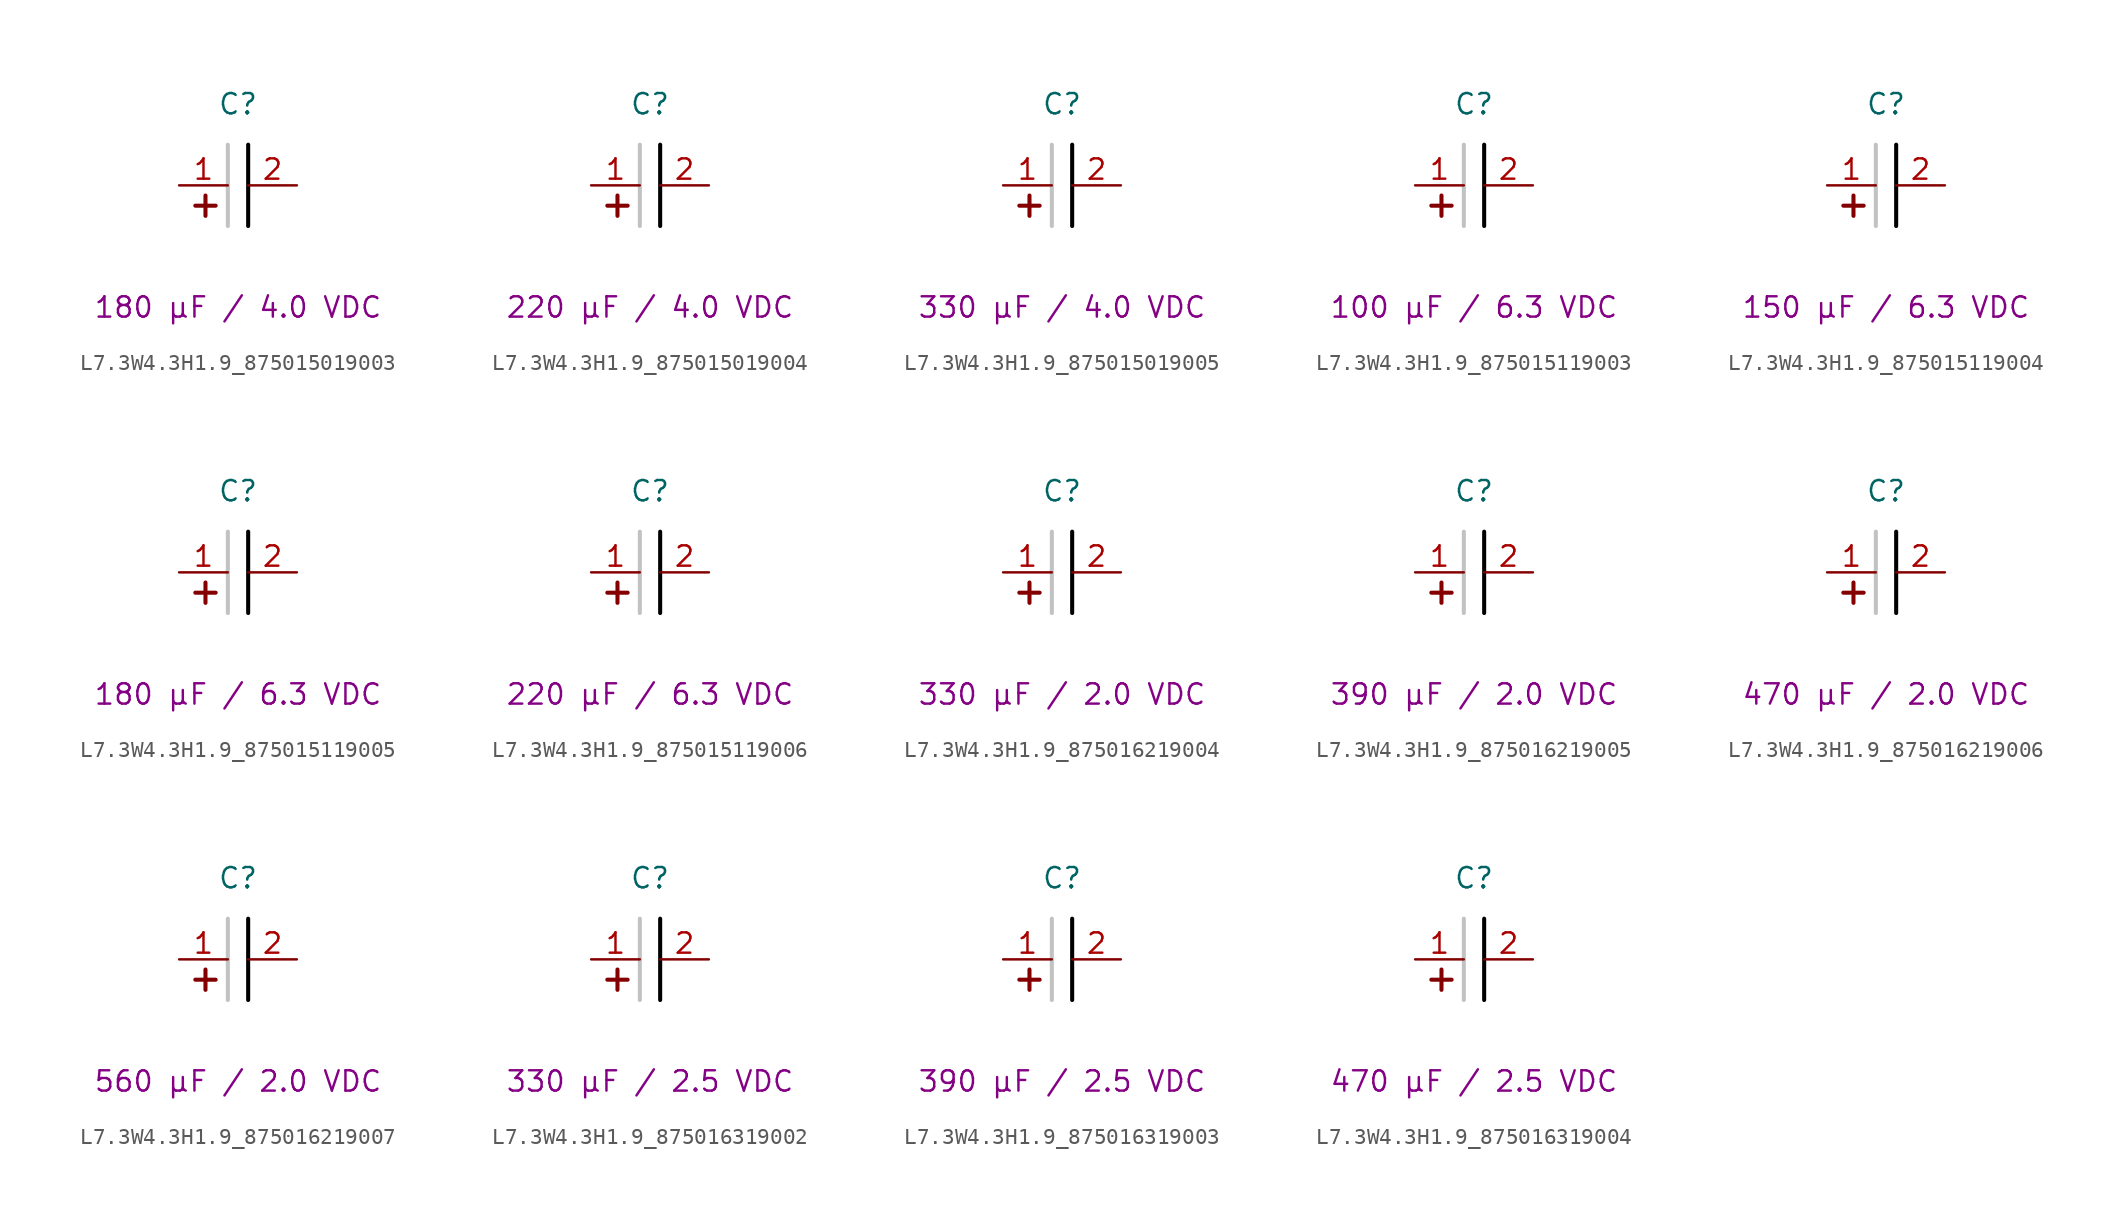
<source format=kicad_sym>
(kicad_symbol_lib
  (version 20220914)
  (generator kicad_symbol_editor)
  (symbol "L7.3W4.3H1.9_875015019003"
    (pin_names hide)
    (property "Reference" "C"
      (at 0 5.08 0)
      (effects (font (size 1.27 1.27))))
    (property "Critical Parameter" "180 µF / 4.0 VDC"
      (at 0 -7.62 0)
      (effects (font (size 1.27 1.27))))
    (symbol "L7.3W4.3H1.9_875015019003_1_1"
      (polyline (pts (xy -2.667 -1.27) (xy -1.397 -1.27)) (stroke (width 0.254) (type default)) (fill (type none)))
      (polyline (pts (xy -2.032 -0.635) (xy -2.032 -1.905)) (stroke (width 0.254) (type default)) (fill (type none)))
      (polyline (pts (xy -0.635 2.54) (xy -0.635 -2.54)) (stroke (width 0.254) (type default) (color 194 194 194 1)) (fill (type none)))
      (polyline (pts (xy 0.635 2.54) (xy 0.635 -2.54)) (stroke (width 0.254) (type default) (color 0 0 0 1)) (fill (type none)))
      (pin passive line (at -3.679 0 0) (length 3.044) (name "1" (effects (font (size 1.27 1.27)))) (number "1" (effects (font (size 1.27 1.27)))))
      (pin passive line (at 3.679 0 180) (length 3.044) (name "2" (effects (font (size 1.27 1.27)))) (number "2" (effects (font (size 1.27 1.27)))))))
  (symbol "L7.3W4.3H1.9_875015019004"
    (pin_names hide)
    (property "Reference" "C"
      (at 0 5.08 0)
      (effects (font (size 1.27 1.27))))
    (property "Critical Parameter" "220 µF / 4.0 VDC"
      (at 0 -7.62 0)
      (effects (font (size 1.27 1.27))))
    (symbol "L7.3W4.3H1.9_875015019004_1_1"
      (polyline (pts (xy -2.667 -1.27) (xy -1.397 -1.27)) (stroke (width 0.254) (type default)) (fill (type none)))
      (polyline (pts (xy -2.032 -0.635) (xy -2.032 -1.905)) (stroke (width 0.254) (type default)) (fill (type none)))
      (polyline (pts (xy -0.635 2.54) (xy -0.635 -2.54)) (stroke (width 0.254) (type default) (color 194 194 194 1)) (fill (type none)))
      (polyline (pts (xy 0.635 2.54) (xy 0.635 -2.54)) (stroke (width 0.254) (type default) (color 0 0 0 1)) (fill (type none)))
      (pin passive line (at -3.679 0 0) (length 3.044) (name "1" (effects (font (size 1.27 1.27)))) (number "1" (effects (font (size 1.27 1.27)))))
      (pin passive line (at 3.679 0 180) (length 3.044) (name "2" (effects (font (size 1.27 1.27)))) (number "2" (effects (font (size 1.27 1.27)))))))
  (symbol "L7.3W4.3H1.9_875015019005"
    (pin_names hide)
    (property "Reference" "C"
      (at 0 5.08 0)
      (effects (font (size 1.27 1.27))))
    (property "Critical Parameter" "330 µF / 4.0 VDC"
      (at 0 -7.62 0)
      (effects (font (size 1.27 1.27))))
    (symbol "L7.3W4.3H1.9_875015019005_1_1"
      (polyline (pts (xy -2.667 -1.27) (xy -1.397 -1.27)) (stroke (width 0.254) (type default)) (fill (type none)))
      (polyline (pts (xy -2.032 -0.635) (xy -2.032 -1.905)) (stroke (width 0.254) (type default)) (fill (type none)))
      (polyline (pts (xy -0.635 2.54) (xy -0.635 -2.54)) (stroke (width 0.254) (type default) (color 194 194 194 1)) (fill (type none)))
      (polyline (pts (xy 0.635 2.54) (xy 0.635 -2.54)) (stroke (width 0.254) (type default) (color 0 0 0 1)) (fill (type none)))
      (pin passive line (at -3.679 0 0) (length 3.044) (name "1" (effects (font (size 1.27 1.27)))) (number "1" (effects (font (size 1.27 1.27)))))
      (pin passive line (at 3.679 0 180) (length 3.044) (name "2" (effects (font (size 1.27 1.27)))) (number "2" (effects (font (size 1.27 1.27)))))))
  (symbol "L7.3W4.3H1.9_875015119003"
    (pin_names hide)
    (property "Reference" "C"
      (at 0 5.08 0)
      (effects (font (size 1.27 1.27))))
    (property "Critical Parameter" "100 µF / 6.3 VDC"
      (at 0 -7.62 0)
      (effects (font (size 1.27 1.27))))
    (symbol "L7.3W4.3H1.9_875015119003_1_1"
      (polyline (pts (xy -2.667 -1.27) (xy -1.397 -1.27)) (stroke (width 0.254) (type default)) (fill (type none)))
      (polyline (pts (xy -2.032 -0.635) (xy -2.032 -1.905)) (stroke (width 0.254) (type default)) (fill (type none)))
      (polyline (pts (xy -0.635 2.54) (xy -0.635 -2.54)) (stroke (width 0.254) (type default) (color 194 194 194 1)) (fill (type none)))
      (polyline (pts (xy 0.635 2.54) (xy 0.635 -2.54)) (stroke (width 0.254) (type default) (color 0 0 0 1)) (fill (type none)))
      (pin passive line (at -3.679 0 0) (length 3.044) (name "1" (effects (font (size 1.27 1.27)))) (number "1" (effects (font (size 1.27 1.27)))))
      (pin passive line (at 3.679 0 180) (length 3.044) (name "2" (effects (font (size 1.27 1.27)))) (number "2" (effects (font (size 1.27 1.27)))))))
  (symbol "L7.3W4.3H1.9_875015119004"
    (pin_names hide)
    (property "Reference" "C"
      (at 0 5.08 0)
      (effects (font (size 1.27 1.27))))
    (property "Critical Parameter" "150 µF / 6.3 VDC"
      (at 0 -7.62 0)
      (effects (font (size 1.27 1.27))))
    (symbol "L7.3W4.3H1.9_875015119004_1_1"
      (polyline (pts (xy -2.667 -1.27) (xy -1.397 -1.27)) (stroke (width 0.254) (type default)) (fill (type none)))
      (polyline (pts (xy -2.032 -0.635) (xy -2.032 -1.905)) (stroke (width 0.254) (type default)) (fill (type none)))
      (polyline (pts (xy -0.635 2.54) (xy -0.635 -2.54)) (stroke (width 0.254) (type default) (color 194 194 194 1)) (fill (type none)))
      (polyline (pts (xy 0.635 2.54) (xy 0.635 -2.54)) (stroke (width 0.254) (type default) (color 0 0 0 1)) (fill (type none)))
      (pin passive line (at -3.679 0 0) (length 3.044) (name "1" (effects (font (size 1.27 1.27)))) (number "1" (effects (font (size 1.27 1.27)))))
      (pin passive line (at 3.679 0 180) (length 3.044) (name "2" (effects (font (size 1.27 1.27)))) (number "2" (effects (font (size 1.27 1.27)))))))
  (symbol "L7.3W4.3H1.9_875015119005"
    (pin_names hide)
    (property "Reference" "C"
      (at 0 5.08 0)
      (effects (font (size 1.27 1.27))))
    (property "Critical Parameter" "180 µF / 6.3 VDC"
      (at 0 -7.62 0)
      (effects (font (size 1.27 1.27))))
    (symbol "L7.3W4.3H1.9_875015119005_1_1"
      (polyline (pts (xy -2.667 -1.27) (xy -1.397 -1.27)) (stroke (width 0.254) (type default)) (fill (type none)))
      (polyline (pts (xy -2.032 -0.635) (xy -2.032 -1.905)) (stroke (width 0.254) (type default)) (fill (type none)))
      (polyline (pts (xy -0.635 2.54) (xy -0.635 -2.54)) (stroke (width 0.254) (type default) (color 194 194 194 1)) (fill (type none)))
      (polyline (pts (xy 0.635 2.54) (xy 0.635 -2.54)) (stroke (width 0.254) (type default) (color 0 0 0 1)) (fill (type none)))
      (pin passive line (at -3.679 0 0) (length 3.044) (name "1" (effects (font (size 1.27 1.27)))) (number "1" (effects (font (size 1.27 1.27)))))
      (pin passive line (at 3.679 0 180) (length 3.044) (name "2" (effects (font (size 1.27 1.27)))) (number "2" (effects (font (size 1.27 1.27)))))))
  (symbol "L7.3W4.3H1.9_875015119006"
    (pin_names hide)
    (property "Reference" "C"
      (at 0 5.08 0)
      (effects (font (size 1.27 1.27))))
    (property "Critical Parameter" "220 µF / 6.3 VDC"
      (at 0 -7.62 0)
      (effects (font (size 1.27 1.27))))
    (symbol "L7.3W4.3H1.9_875015119006_1_1"
      (polyline (pts (xy -2.667 -1.27) (xy -1.397 -1.27)) (stroke (width 0.254) (type default)) (fill (type none)))
      (polyline (pts (xy -2.032 -0.635) (xy -2.032 -1.905)) (stroke (width 0.254) (type default)) (fill (type none)))
      (polyline (pts (xy -0.635 2.54) (xy -0.635 -2.54)) (stroke (width 0.254) (type default) (color 194 194 194 1)) (fill (type none)))
      (polyline (pts (xy 0.635 2.54) (xy 0.635 -2.54)) (stroke (width 0.254) (type default) (color 0 0 0 1)) (fill (type none)))
      (pin passive line (at -3.679 0 0) (length 3.044) (name "1" (effects (font (size 1.27 1.27)))) (number "1" (effects (font (size 1.27 1.27)))))
      (pin passive line (at 3.679 0 180) (length 3.044) (name "2" (effects (font (size 1.27 1.27)))) (number "2" (effects (font (size 1.27 1.27)))))))
  (symbol "L7.3W4.3H1.9_875016219004"
    (pin_names hide)
    (property "Reference" "C"
      (at 0 5.08 0)
      (effects (font (size 1.27 1.27))))
    (property "Critical Parameter" "330 µF / 2.0 VDC"
      (at 0 -7.62 0)
      (effects (font (size 1.27 1.27))))
    (symbol "L7.3W4.3H1.9_875016219004_1_1"
      (polyline (pts (xy -2.667 -1.27) (xy -1.397 -1.27)) (stroke (width 0.254) (type default)) (fill (type none)))
      (polyline (pts (xy -2.032 -0.635) (xy -2.032 -1.905)) (stroke (width 0.254) (type default)) (fill (type none)))
      (polyline (pts (xy -0.635 2.54) (xy -0.635 -2.54)) (stroke (width 0.254) (type default) (color 194 194 194 1)) (fill (type none)))
      (polyline (pts (xy 0.635 2.54) (xy 0.635 -2.54)) (stroke (width 0.254) (type default) (color 0 0 0 1)) (fill (type none)))
      (pin passive line (at -3.679 0 0) (length 3.044) (name "1" (effects (font (size 1.27 1.27)))) (number "1" (effects (font (size 1.27 1.27)))))
      (pin passive line (at 3.679 0 180) (length 3.044) (name "2" (effects (font (size 1.27 1.27)))) (number "2" (effects (font (size 1.27 1.27)))))))
  (symbol "L7.3W4.3H1.9_875016219005"
    (pin_names hide)
    (property "Reference" "C"
      (at 0 5.08 0)
      (effects (font (size 1.27 1.27))))
    (property "Critical Parameter" "390 µF / 2.0 VDC"
      (at 0 -7.62 0)
      (effects (font (size 1.27 1.27))))
    (symbol "L7.3W4.3H1.9_875016219005_1_1"
      (polyline (pts (xy -2.667 -1.27) (xy -1.397 -1.27)) (stroke (width 0.254) (type default)) (fill (type none)))
      (polyline (pts (xy -2.032 -0.635) (xy -2.032 -1.905)) (stroke (width 0.254) (type default)) (fill (type none)))
      (polyline (pts (xy -0.635 2.54) (xy -0.635 -2.54)) (stroke (width 0.254) (type default) (color 194 194 194 1)) (fill (type none)))
      (polyline (pts (xy 0.635 2.54) (xy 0.635 -2.54)) (stroke (width 0.254) (type default) (color 0 0 0 1)) (fill (type none)))
      (pin passive line (at -3.679 0 0) (length 3.044) (name "1" (effects (font (size 1.27 1.27)))) (number "1" (effects (font (size 1.27 1.27)))))
      (pin passive line (at 3.679 0 180) (length 3.044) (name "2" (effects (font (size 1.27 1.27)))) (number "2" (effects (font (size 1.27 1.27)))))))
  (symbol "L7.3W4.3H1.9_875016219006"
    (pin_names hide)
    (property "Reference" "C"
      (at 0 5.08 0)
      (effects (font (size 1.27 1.27))))
    (property "Critical Parameter" "470 µF / 2.0 VDC"
      (at 0 -7.62 0)
      (effects (font (size 1.27 1.27))))
    (symbol "L7.3W4.3H1.9_875016219006_1_1"
      (polyline (pts (xy -2.667 -1.27) (xy -1.397 -1.27)) (stroke (width 0.254) (type default)) (fill (type none)))
      (polyline (pts (xy -2.032 -0.635) (xy -2.032 -1.905)) (stroke (width 0.254) (type default)) (fill (type none)))
      (polyline (pts (xy -0.635 2.54) (xy -0.635 -2.54)) (stroke (width 0.254) (type default) (color 194 194 194 1)) (fill (type none)))
      (polyline (pts (xy 0.635 2.54) (xy 0.635 -2.54)) (stroke (width 0.254) (type default) (color 0 0 0 1)) (fill (type none)))
      (pin passive line (at -3.679 0 0) (length 3.044) (name "1" (effects (font (size 1.27 1.27)))) (number "1" (effects (font (size 1.27 1.27)))))
      (pin passive line (at 3.679 0 180) (length 3.044) (name "2" (effects (font (size 1.27 1.27)))) (number "2" (effects (font (size 1.27 1.27)))))))
  (symbol "L7.3W4.3H1.9_875016219007"
    (pin_names hide)
    (property "Reference" "C"
      (at 0 5.08 0)
      (effects (font (size 1.27 1.27))))
    (property "Critical Parameter" "560 µF / 2.0 VDC"
      (at 0 -7.62 0)
      (effects (font (size 1.27 1.27))))
    (symbol "L7.3W4.3H1.9_875016219007_1_1"
      (polyline (pts (xy -2.667 -1.27) (xy -1.397 -1.27)) (stroke (width 0.254) (type default)) (fill (type none)))
      (polyline (pts (xy -2.032 -0.635) (xy -2.032 -1.905)) (stroke (width 0.254) (type default)) (fill (type none)))
      (polyline (pts (xy -0.635 2.54) (xy -0.635 -2.54)) (stroke (width 0.254) (type default) (color 194 194 194 1)) (fill (type none)))
      (polyline (pts (xy 0.635 2.54) (xy 0.635 -2.54)) (stroke (width 0.254) (type default) (color 0 0 0 1)) (fill (type none)))
      (pin passive line (at -3.679 0 0) (length 3.044) (name "1" (effects (font (size 1.27 1.27)))) (number "1" (effects (font (size 1.27 1.27)))))
      (pin passive line (at 3.679 0 180) (length 3.044) (name "2" (effects (font (size 1.27 1.27)))) (number "2" (effects (font (size 1.27 1.27)))))))
  (symbol "L7.3W4.3H1.9_875016319002"
    (pin_names hide)
    (property "Reference" "C"
      (at 0 5.08 0)
      (effects (font (size 1.27 1.27))))
    (property "Critical Parameter" "330 µF / 2.5 VDC"
      (at 0 -7.62 0)
      (effects (font (size 1.27 1.27))))
    (symbol "L7.3W4.3H1.9_875016319002_1_1"
      (polyline (pts (xy -2.667 -1.27) (xy -1.397 -1.27)) (stroke (width 0.254) (type default)) (fill (type none)))
      (polyline (pts (xy -2.032 -0.635) (xy -2.032 -1.905)) (stroke (width 0.254) (type default)) (fill (type none)))
      (polyline (pts (xy -0.635 2.54) (xy -0.635 -2.54)) (stroke (width 0.254) (type default) (color 194 194 194 1)) (fill (type none)))
      (polyline (pts (xy 0.635 2.54) (xy 0.635 -2.54)) (stroke (width 0.254) (type default) (color 0 0 0 1)) (fill (type none)))
      (pin passive line (at -3.679 0 0) (length 3.044) (name "1" (effects (font (size 1.27 1.27)))) (number "1" (effects (font (size 1.27 1.27)))))
      (pin passive line (at 3.679 0 180) (length 3.044) (name "2" (effects (font (size 1.27 1.27)))) (number "2" (effects (font (size 1.27 1.27)))))))
  (symbol "L7.3W4.3H1.9_875016319003"
    (pin_names hide)
    (property "Reference" "C"
      (at 0 5.08 0)
      (effects (font (size 1.27 1.27))))
    (property "Critical Parameter" "390 µF / 2.5 VDC"
      (at 0 -7.62 0)
      (effects (font (size 1.27 1.27))))
    (symbol "L7.3W4.3H1.9_875016319003_1_1"
      (polyline (pts (xy -2.667 -1.27) (xy -1.397 -1.27)) (stroke (width 0.254) (type default)) (fill (type none)))
      (polyline (pts (xy -2.032 -0.635) (xy -2.032 -1.905)) (stroke (width 0.254) (type default)) (fill (type none)))
      (polyline (pts (xy -0.635 2.54) (xy -0.635 -2.54)) (stroke (width 0.254) (type default) (color 194 194 194 1)) (fill (type none)))
      (polyline (pts (xy 0.635 2.54) (xy 0.635 -2.54)) (stroke (width 0.254) (type default) (color 0 0 0 1)) (fill (type none)))
      (pin passive line (at -3.679 0 0) (length 3.044) (name "1" (effects (font (size 1.27 1.27)))) (number "1" (effects (font (size 1.27 1.27)))))
      (pin passive line (at 3.679 0 180) (length 3.044) (name "2" (effects (font (size 1.27 1.27)))) (number "2" (effects (font (size 1.27 1.27)))))))
  (symbol "L7.3W4.3H1.9_875016319004"
    (pin_names hide)
    (property "Reference" "C"
      (at 0 5.08 0)
      (effects (font (size 1.27 1.27))))
    (property "Critical Parameter" "470 µF / 2.5 VDC"
      (at 0 -7.62 0)
      (effects (font (size 1.27 1.27))))
    (symbol "L7.3W4.3H1.9_875016319004_1_1"
      (polyline (pts (xy -2.667 -1.27) (xy -1.397 -1.27)) (stroke (width 0.254) (type default)) (fill (type none)))
      (polyline (pts (xy -2.032 -0.635) (xy -2.032 -1.905)) (stroke (width 0.254) (type default)) (fill (type none)))
      (polyline (pts (xy -0.635 2.54) (xy -0.635 -2.54)) (stroke (width 0.254) (type default) (color 194 194 194 1)) (fill (type none)))
      (polyline (pts (xy 0.635 2.54) (xy 0.635 -2.54)) (stroke (width 0.254) (type default) (color 0 0 0 1)) (fill (type none)))
      (pin passive line (at -3.679 0 0) (length 3.044) (name "1" (effects (font (size 1.27 1.27)))) (number "1" (effects (font (size 1.27 1.27)))))
      (pin passive line (at 3.679 0 180) (length 3.044) (name "2" (effects (font (size 1.27 1.27)))) (number "2" (effects (font (size 1.27 1.27))))))))
</source>
